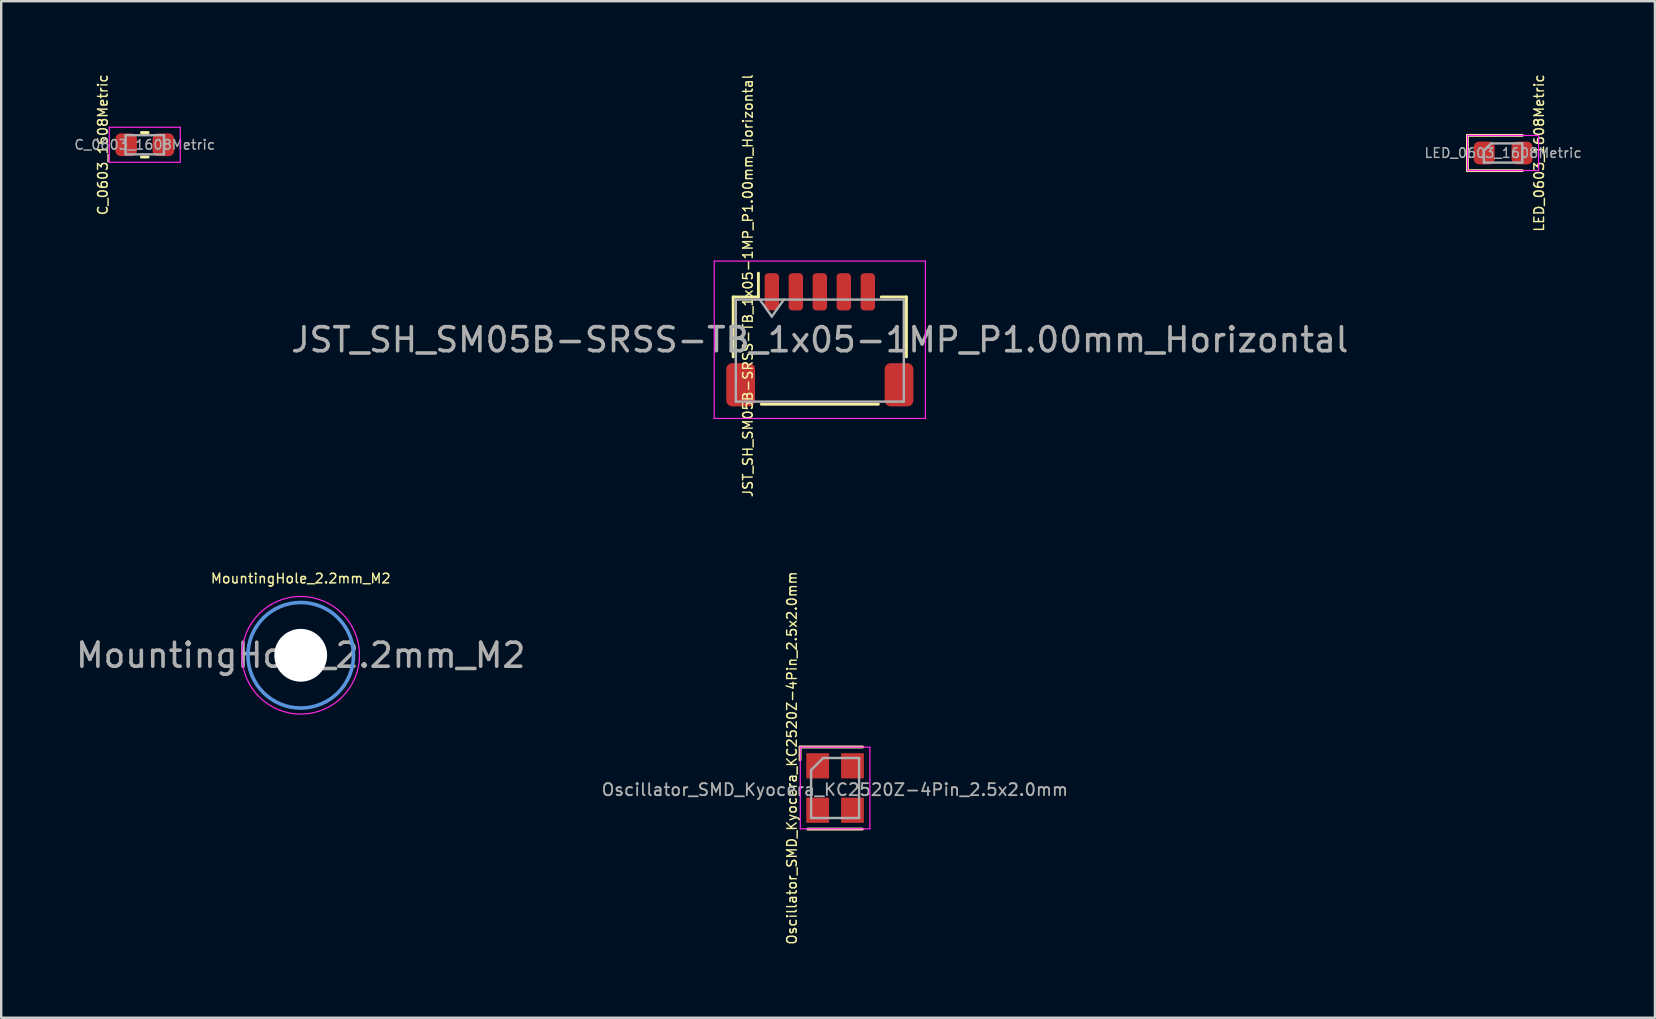
<source format=kicad_pcb>
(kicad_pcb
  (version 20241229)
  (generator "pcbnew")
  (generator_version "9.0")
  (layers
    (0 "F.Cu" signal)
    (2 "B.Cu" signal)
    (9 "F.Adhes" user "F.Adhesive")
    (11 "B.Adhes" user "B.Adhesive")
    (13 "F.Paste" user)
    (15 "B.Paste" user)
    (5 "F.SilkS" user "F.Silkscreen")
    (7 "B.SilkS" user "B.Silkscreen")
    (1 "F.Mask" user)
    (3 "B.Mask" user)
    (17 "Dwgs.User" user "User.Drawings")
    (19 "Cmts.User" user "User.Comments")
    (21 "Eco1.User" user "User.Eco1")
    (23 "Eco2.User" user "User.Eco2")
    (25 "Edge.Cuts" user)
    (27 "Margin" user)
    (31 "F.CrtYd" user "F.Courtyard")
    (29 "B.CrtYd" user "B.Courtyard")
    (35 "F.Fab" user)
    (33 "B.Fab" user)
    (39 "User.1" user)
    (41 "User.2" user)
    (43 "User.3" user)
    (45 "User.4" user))
  (footprint "Oscillator_SMD_Kyocera_KC2520Z-4Pin_2.5x2.0mm"
    (layer "F.Cu")
    (at 31.751 29.79)
    (property "Reference" "Oscillator_SMD_Kyocera_KC2520Z-4Pin_2.5x2.0mm" (at -1.8 -1.25 90) (layer "F.SilkS") (effects (font (size 0.4 0.4) (thickness 0.06))))
    (attr smd)
    (fp_line (start -1.46 -1.71) (end 1.15 -1.71) (stroke (width 0.12) (type solid)) (layer "F.SilkS"))
    (fp_line (start -1.46 -1.17) (end -1.46 -1.71) (stroke (width 0.12) (type solid)) (layer "F.SilkS"))
    (fp_line (start 1.14 1.71) (end -1.14 1.71) (stroke (width 0.12) (type solid)) (layer "F.SilkS"))
    (fp_line (start -1.45 -1.7) (end 1.45 -1.7) (stroke (width 0.05) (type solid)) (layer "F.CrtYd"))
    (fp_line (start -1.45 1.7) (end -1.45 -1.7) (stroke (width 0.05) (type solid)) (layer "F.CrtYd"))
    (fp_line (start 1.45 -1.7) (end 1.45 1.7) (stroke (width 0.05) (type solid)) (layer "F.CrtYd"))
    (fp_line (start 1.45 1.7) (end -1.45 1.7) (stroke (width 0.05) (type solid)) (layer "F.CrtYd"))
    (fp_line (start -1 1.25) (end -1 -0.75) (stroke (width 0.1) (type solid)) (layer "F.Fab"))
    (fp_line (start -0.5 -1.25) (end -1 -0.75) (stroke (width 0.1) (type solid)) (layer "F.Fab"))
    (fp_line (start -0.5 -1.25) (end 1 -1.25) (stroke (width 0.1) (type solid)) (layer "F.Fab"))
    (fp_line (start 1 -1.25) (end 1 1.25) (stroke (width 0.1) (type solid)) (layer "F.Fab"))
    (fp_line (start 1 1.25) (end -1 1.25) (stroke (width 0.1) (type solid)) (layer "F.Fab"))
    (fp_text user "${REFERENCE}" (at -0.01 0.07 0) (layer "F.Fab") (effects (font (size 0.5 0.5) (thickness 0.075))))
    (pad "1" smd rect (at -0.725 -0.925) (size 0.95 1.05) (layers "F.Cu" "F.Mask" "F.Paste"))
    (pad "2" smd rect (at -0.725 0.925) (size 0.95 1.05) (layers "F.Cu" "F.Mask" "F.Paste"))
    (pad "3" smd rect (at 0.725 0.925) (size 0.95 1.05) (layers "F.Cu" "F.Mask" "F.Paste"))
    (pad "4" smd rect (at 0.725 -0.925) (size 0.95 1.05) (layers "F.Cu" "F.Mask" "F.Paste")))
  (footprint "MountingHole_2.2mm_M2"
    (layer "F.Cu")
    (at 9.482 24.258)
    (property "Reference" "MountingHole_2.2mm_M2" (at 0 -3.2 0) (layer "F.SilkS") (effects (font (size 0.4 0.4) (thickness 0.06))))
    (attr exclude_from_pos_files exclude_from_bom)
    (fp_circle (center 0 0) (end 2.2 0) (stroke (width 0.15) (type solid)) (fill no) (layer "Cmts.User"))
    (fp_circle (center 0 0) (end 2.45 0) (stroke (width 0.05) (type solid)) (fill no) (layer "F.CrtYd"))
    (fp_text user "${REFERENCE}" (at 0 0 0) (layer "F.Fab") (effects (font (size 1 1) (thickness 0.15))))
    (pad "" np_thru_hole circle (at 0 0) (size 2.2 2.2) (drill 2.2) (layers "*.Cu" "*.Mask")))
  (footprint "JST_SH_SM05B-SRSS-TB_1x05-1MP_P1.00mm_Horizontal"
    (layer "F.Cu")
    (at 31.115 11.11)
    (property "Reference" "JST_SH_SM05B-SRSS-TB_1x05-1MP_P1.00mm_Horizontal" (at -3 -2.25 270) (layer "F.SilkS") (effects (font (size 0.4 0.4) (thickness 0.06))))
    (attr smd)
    (fp_line (start -3.61 -1.785) (end -2.56 -1.785) (stroke (width 0.12) (type solid)) (layer "F.SilkS"))
    (fp_line (start -3.61 0.715) (end -3.61 -1.785) (stroke (width 0.12) (type solid)) (layer "F.SilkS"))
    (fp_line (start -2.56 -1.785) (end -2.56 -2.775) (stroke (width 0.12) (type solid)) (layer "F.SilkS"))
    (fp_line (start -2.44 2.685) (end 2.44 2.685) (stroke (width 0.12) (type solid)) (layer "F.SilkS"))
    (fp_line (start 3.61 -1.785) (end 2.56 -1.785) (stroke (width 0.12) (type solid)) (layer "F.SilkS"))
    (fp_line (start 3.61 0.715) (end 3.61 -1.785) (stroke (width 0.12) (type solid)) (layer "F.SilkS"))
    (fp_line (start -4.4 -3.28) (end -4.4 3.28) (stroke (width 0.05) (type solid)) (layer "F.CrtYd"))
    (fp_line (start -4.4 3.28) (end 4.4 3.28) (stroke (width 0.05) (type solid)) (layer "F.CrtYd"))
    (fp_line (start 4.4 -3.28) (end -4.4 -3.28) (stroke (width 0.05) (type solid)) (layer "F.CrtYd"))
    (fp_line (start 4.4 3.28) (end 4.4 -3.28) (stroke (width 0.05) (type solid)) (layer "F.CrtYd"))
    (fp_line (start -3.5 -1.675) (end -3.5 2.575) (stroke (width 0.1) (type solid)) (layer "F.Fab"))
    (fp_line (start -3.5 -1.675) (end 3.5 -1.675) (stroke (width 0.1) (type solid)) (layer "F.Fab"))
    (fp_line (start -3.5 2.575) (end 3.5 2.575) (stroke (width 0.1) (type solid)) (layer "F.Fab"))
    (fp_line (start -2.5 -1.675) (end -2 -0.968) (stroke (width 0.1) (type solid)) (layer "F.Fab"))
    (fp_line (start -2 -0.968) (end -1.5 -1.675) (stroke (width 0.1) (type solid)) (layer "F.Fab"))
    (fp_line (start 3.5 -1.675) (end 3.5 2.575) (stroke (width 0.1) (type solid)) (layer "F.Fab"))
    (fp_text user "${REFERENCE}" (at 0 0 180) (layer "F.Fab") (effects (font (size 1 1) (thickness 0.15))))
    (pad "1" smd roundrect (at -2 -2) (size 0.6 1.55) (layers "F.Cu" "F.Mask" "F.Paste") (roundrect_rratio 0.25))
    (pad "2" smd roundrect (at -1 -2) (size 0.6 1.55) (layers "F.Cu" "F.Mask" "F.Paste") (roundrect_rratio 0.25))
    (pad "3" smd roundrect (at 0 -2) (size 0.6 1.55) (layers "F.Cu" "F.Mask" "F.Paste") (roundrect_rratio 0.25))
    (pad "4" smd roundrect (at 1 -2) (size 0.6 1.55) (layers "F.Cu" "F.Mask" "F.Paste") (roundrect_rratio 0.25))
    (pad "5" smd roundrect (at 2 -2) (size 0.6 1.55) (layers "F.Cu" "F.Mask" "F.Paste") (roundrect_rratio 0.25))
    (pad "MP" smd roundrect (at -3.3 1.875) (size 1.2 1.8) (layers "F.Cu" "F.Mask" "F.Paste") (roundrect_rratio 0.208))
    (pad "MP" smd roundrect (at 3.3 1.875) (size 1.2 1.8) (layers "F.Cu" "F.Mask" "F.Paste") (roundrect_rratio 0.208)))
  (footprint "C_0603_1608Metric"
    (layer "F.Cu")
    (at 2.983 2.983)
    (property "Reference" "C_0603_1608Metric" (at -1.75 0 90) (layer "F.SilkS") (effects (font (size 0.4 0.4) (thickness 0.06))))
    (attr smd)
    (fp_line (start -0.141 -0.51) (end 0.141 -0.51) (stroke (width 0.12) (type solid)) (layer "F.SilkS"))
    (fp_line (start -0.141 0.51) (end 0.141 0.51) (stroke (width 0.12) (type solid)) (layer "F.SilkS"))
    (fp_line (start -1.48 -0.73) (end 1.48 -0.73) (stroke (width 0.05) (type solid)) (layer "F.CrtYd"))
    (fp_line (start -1.48 0.73) (end -1.48 -0.73) (stroke (width 0.05) (type solid)) (layer "F.CrtYd"))
    (fp_line (start 1.48 -0.73) (end 1.48 0.73) (stroke (width 0.05) (type solid)) (layer "F.CrtYd"))
    (fp_line (start 1.48 0.73) (end -1.48 0.73) (stroke (width 0.05) (type solid)) (layer "F.CrtYd"))
    (fp_line (start -0.8 -0.4) (end 0.8 -0.4) (stroke (width 0.1) (type solid)) (layer "F.Fab"))
    (fp_line (start -0.8 0.4) (end -0.8 -0.4) (stroke (width 0.1) (type solid)) (layer "F.Fab"))
    (fp_line (start 0.8 -0.4) (end 0.8 0.4) (stroke (width 0.1) (type solid)) (layer "F.Fab"))
    (fp_line (start 0.8 0.4) (end -0.8 0.4) (stroke (width 0.1) (type solid)) (layer "F.Fab"))
    (fp_text user "${REFERENCE}" (at 0 0 0) (layer "F.Fab") (effects (font (size 0.4 0.4) (thickness 0.06))))
    (pad "1" smd roundrect (at -0.775 0 180) (size 0.9 0.95) (layers "F.Cu" "F.Mask" "F.Paste") (roundrect_rratio 0.25))
    (pad "2" smd roundrect (at 0.775 0 180) (size 0.9 0.95) (layers "F.Cu" "F.Mask" "F.Paste") (roundrect_rratio 0.25)))
  (footprint "LED_0603_1608Metric"
    (layer "F.Cu")
    (at 59.59 3.326)
    (property "Reference" "LED_0603_1608Metric" (at 1.5 0 90) (layer "F.SilkS") (effects (font (size 0.4 0.4) (thickness 0.06))))
    (attr smd)
    (fp_line (start -1.485 -0.735) (end -1.485 0.735) (stroke (width 0.12) (type solid)) (layer "F.SilkS"))
    (fp_line (start -1.485 0.735) (end 0.8 0.735) (stroke (width 0.12) (type solid)) (layer "F.SilkS"))
    (fp_line (start 0.8 -0.735) (end -1.485 -0.735) (stroke (width 0.12) (type solid)) (layer "F.SilkS"))
    (fp_line (start -1.48 -0.73) (end 1.48 -0.73) (stroke (width 0.05) (type solid)) (layer "F.CrtYd"))
    (fp_line (start -1.48 0.73) (end -1.48 -0.73) (stroke (width 0.05) (type solid)) (layer "F.CrtYd"))
    (fp_line (start 1.48 -0.73) (end 1.48 0.73) (stroke (width 0.05) (type solid)) (layer "F.CrtYd"))
    (fp_line (start 1.48 0.73) (end -1.48 0.73) (stroke (width 0.05) (type solid)) (layer "F.CrtYd"))
    (fp_line (start -0.8 -0.1) (end -0.8 0.4) (stroke (width 0.1) (type solid)) (layer "F.Fab"))
    (fp_line (start -0.8 0.4) (end 0.8 0.4) (stroke (width 0.1) (type solid)) (layer "F.Fab"))
    (fp_line (start -0.5 -0.4) (end -0.8 -0.1) (stroke (width 0.1) (type solid)) (layer "F.Fab"))
    (fp_line (start 0.8 -0.4) (end -0.5 -0.4) (stroke (width 0.1) (type solid)) (layer "F.Fab"))
    (fp_line (start 0.8 0.4) (end 0.8 -0.4) (stroke (width 0.1) (type solid)) (layer "F.Fab"))
    (fp_text user "${REFERENCE}" (at 0 0 0) (layer "F.Fab") (effects (font (size 0.4 0.4) (thickness 0.06))))
    (pad "1" smd roundrect (at -0.787 0 180) (size 0.875 0.95) (layers "F.Cu" "F.Mask" "F.Paste") (roundrect_rratio 0.25))
    (pad "2" smd roundrect (at 0.787 0 180) (size 0.875 0.95) (layers "F.Cu" "F.Mask" "F.Paste") (roundrect_rratio 0.25)))
  (gr_rect
    (start -3 -3)
    (end 65.917 39.362)
    (stroke (width 0.1) (type default))
    (fill no)
    (layer "Edge.Cuts")))
</source>
